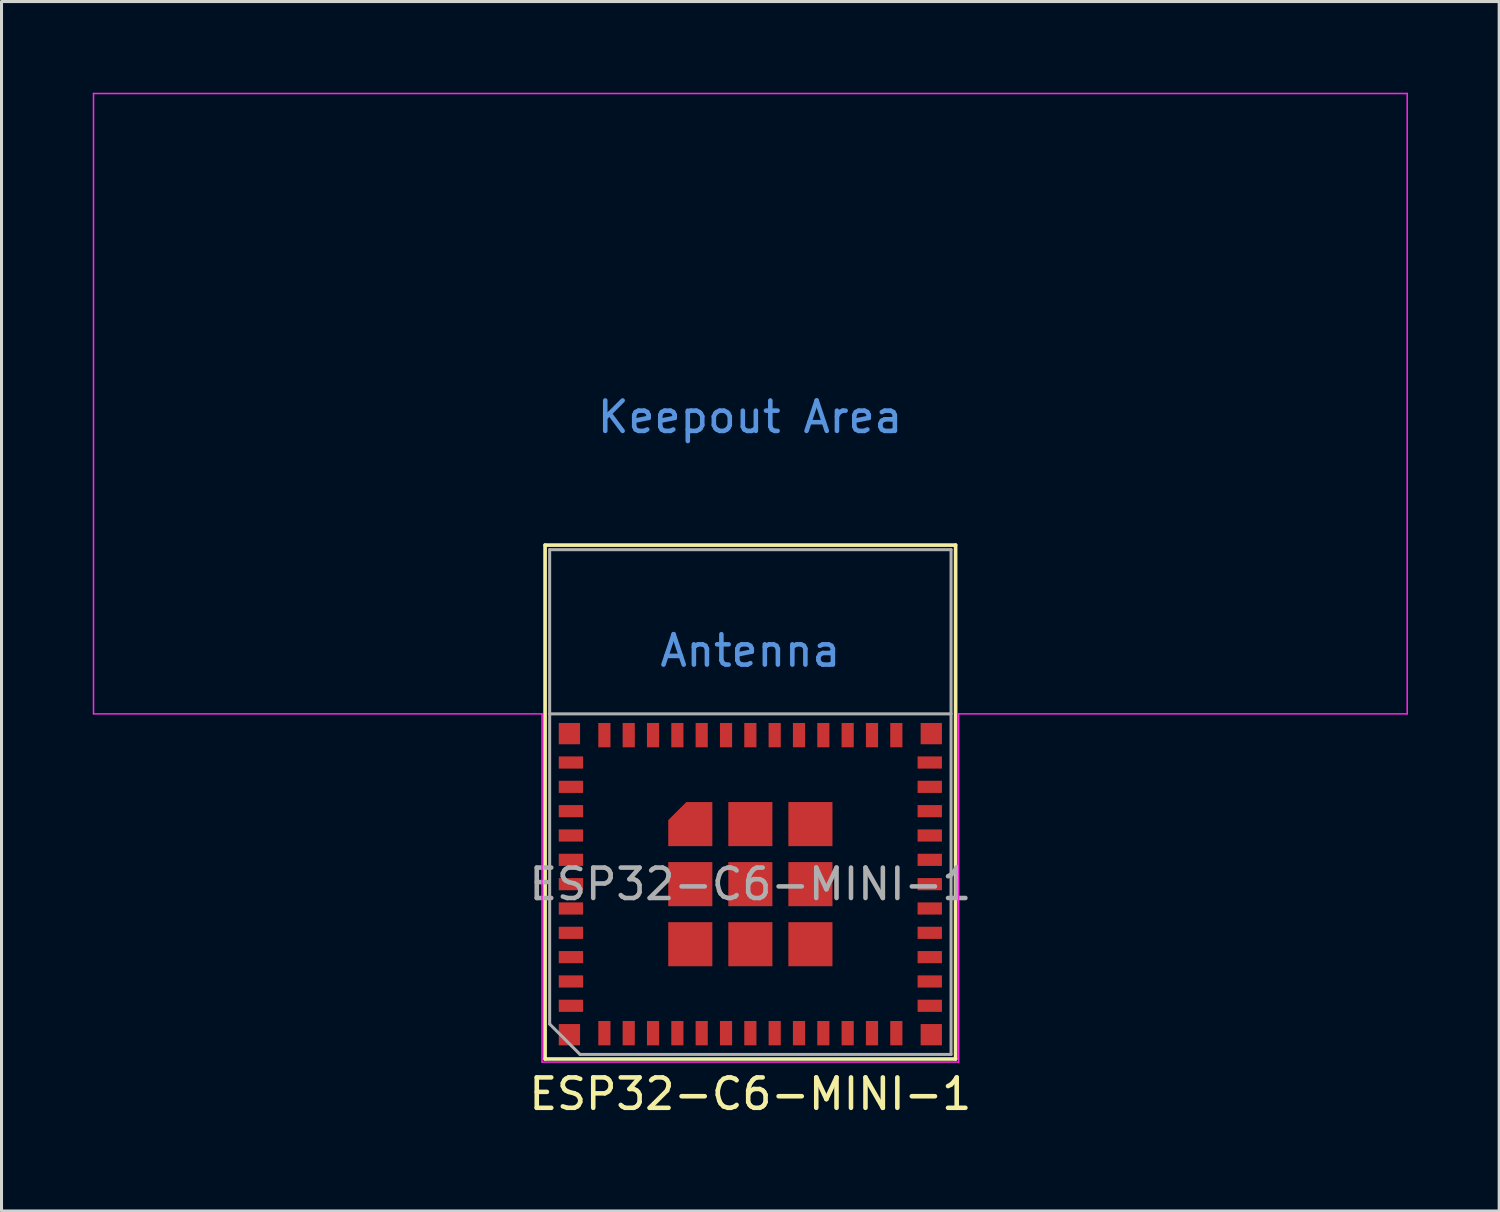
<source format=kicad_pcb>
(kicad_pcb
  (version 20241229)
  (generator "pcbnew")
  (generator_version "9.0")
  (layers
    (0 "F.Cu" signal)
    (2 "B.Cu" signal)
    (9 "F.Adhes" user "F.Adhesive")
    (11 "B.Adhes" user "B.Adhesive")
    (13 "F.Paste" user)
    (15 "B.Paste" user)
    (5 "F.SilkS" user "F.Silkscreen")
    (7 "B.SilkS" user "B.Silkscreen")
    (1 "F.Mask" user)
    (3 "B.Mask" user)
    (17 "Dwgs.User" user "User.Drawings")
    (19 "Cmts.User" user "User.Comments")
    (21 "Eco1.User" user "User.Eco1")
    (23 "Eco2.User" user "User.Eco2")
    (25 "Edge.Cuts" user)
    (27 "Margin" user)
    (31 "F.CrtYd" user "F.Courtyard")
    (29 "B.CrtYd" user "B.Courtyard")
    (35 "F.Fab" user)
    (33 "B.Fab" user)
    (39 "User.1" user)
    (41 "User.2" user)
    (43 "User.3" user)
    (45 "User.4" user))
  (footprint "ESP32-C6-MINI-1"
    (layer "F.Cu")
    (at 21.625 26.025)
    (property "Reference" "ESP32-C6-MINI-1" (at 0 6.9 0) (unlocked yes) (layer "F.SilkS") (effects (font (size 1 1) (thickness 0.15))))
    (attr smd)
    (fp_line (start -6.75 -11.15) (end 6.75 -11.15) (stroke (width 0.12) (type solid)) (layer "F.SilkS"))
    (fp_line (start -6.75 5.75) (end -6.75 -11.15) (stroke (width 0.12) (type solid)) (layer "F.SilkS"))
    (fp_line (start 6.75 -11.15) (end 6.75 5.75) (stroke (width 0.12) (type solid)) (layer "F.SilkS"))
    (fp_line (start 6.75 5.75) (end -6.75 5.75) (stroke (width 0.12) (type solid)) (layer "F.SilkS"))
    (fp_line (start -21.6 -26) (end 21.6 -26) (stroke (width 0.05) (type solid)) (layer "F.CrtYd"))
    (fp_line (start -21.6 -5.6) (end -21.6 -26) (stroke (width 0.05) (type solid)) (layer "F.CrtYd"))
    (fp_line (start -6.85 -5.6) (end -21.6 -5.6) (stroke (width 0.05) (type solid)) (layer "F.CrtYd"))
    (fp_line (start -6.85 5.85) (end -6.85 -5.6) (stroke (width 0.05) (type solid)) (layer "F.CrtYd"))
    (fp_line (start 6.85 -5.6) (end 6.85 5.85) (stroke (width 0.05) (type solid)) (layer "F.CrtYd"))
    (fp_line (start 6.85 -5.6) (end 21.6 -5.6) (stroke (width 0.05) (type solid)) (layer "F.CrtYd"))
    (fp_line (start 6.85 5.85) (end -6.85 5.85) (stroke (width 0.05) (type solid)) (layer "F.CrtYd"))
    (fp_line (start 21.6 -5.6) (end 21.6 -26) (stroke (width 0.05) (type solid)) (layer "F.CrtYd"))
    (fp_line (start -6.6 -11) (end 6.6 -11) (stroke (width 0.1) (type solid)) (layer "F.Fab"))
    (fp_line (start -6.6 -5.6) (end 6.6 -5.6) (stroke (width 0.1) (type solid)) (layer "F.Fab"))
    (fp_line (start -6.6 4.6) (end -6.6 -11) (stroke (width 0.1) (type solid)) (layer "F.Fab"))
    (fp_line (start -5.6 5.6) (end -6.6 4.6) (stroke (width 0.1) (type default)) (layer "F.Fab"))
    (fp_line (start 6.6 -11) (end 6.6 5.6) (stroke (width 0.1) (type solid)) (layer "F.Fab"))
    (fp_line (start 6.6 5.6) (end -5.6 5.6) (stroke (width 0.1) (type solid)) (layer "F.Fab"))
    (fp_text user "Antenna" (at 0 -7.675 0) (layer "Cmts.User") (effects (font (size 1 1) (thickness 0.15))))
    (fp_text user "Keepout Area" (at -0.01 -15.36 0) (layer "Cmts.User") (effects (font (size 1 1) (thickness 0.15))))
    (fp_text user "${REFERENCE}" (at 0 0 0) (unlocked yes) (layer "F.Fab") (effects (font (size 1 1) (thickness 0.15))))
    (pad "1" smd rect (at -5.9 -4) (size 0.8 0.4) (layers "F.Cu" "F.Mask" "F.Paste"))
    (pad "2" smd rect (at -5.9 -3.2) (size 0.8 0.4) (layers "F.Cu" "F.Mask" "F.Paste"))
    (pad "3" smd rect (at -5.9 -2.4) (size 0.8 0.4) (layers "F.Cu" "F.Mask" "F.Paste"))
    (pad "4" smd rect (at -5.9 -1.6) (size 0.8 0.4) (layers "F.Cu" "F.Mask" "F.Paste"))
    (pad "5" smd rect (at -5.9 -0.8) (size 0.8 0.4) (layers "F.Cu" "F.Mask" "F.Paste"))
    (pad "6" smd rect (at -5.9 0) (size 0.8 0.4) (layers "F.Cu" "F.Mask" "F.Paste"))
    (pad "7" smd rect (at -5.9 0.8) (size 0.8 0.4) (layers "F.Cu" "F.Mask" "F.Paste"))
    (pad "8" smd rect (at -5.9 1.6) (size 0.8 0.4) (layers "F.Cu" "F.Mask" "F.Paste"))
    (pad "9" smd rect (at -5.9 2.4) (size 0.8 0.4) (layers "F.Cu" "F.Mask" "F.Paste"))
    (pad "10" smd rect (at -5.9 3.2) (size 0.8 0.4) (layers "F.Cu" "F.Mask" "F.Paste"))
    (pad "11" smd rect (at -5.9 4) (size 0.8 0.4) (layers "F.Cu" "F.Mask" "F.Paste"))
    (pad "12" smd rect (at -4.8 4.9 90) (size 0.8 0.4) (layers "F.Cu" "F.Mask" "F.Paste"))
    (pad "13" smd rect (at -4 4.9 90) (size 0.8 0.4) (layers "F.Cu" "F.Mask" "F.Paste"))
    (pad "14" smd rect (at -3.2 4.9 90) (size 0.8 0.4) (layers "F.Cu" "F.Mask" "F.Paste"))
    (pad "15" smd rect (at -2.4 4.9 90) (size 0.8 0.4) (layers "F.Cu" "F.Mask" "F.Paste"))
    (pad "16" smd rect (at -1.6 4.9 90) (size 0.8 0.4) (layers "F.Cu" "F.Mask" "F.Paste"))
    (pad "17" smd rect (at -0.8 4.9 90) (size 0.8 0.4) (layers "F.Cu" "F.Mask" "F.Paste"))
    (pad "18" smd rect (at 0 4.9 90) (size 0.8 0.4) (layers "F.Cu" "F.Mask" "F.Paste"))
    (pad "19" smd rect (at 0.8 4.9 90) (size 0.8 0.4) (layers "F.Cu" "F.Mask" "F.Paste"))
    (pad "20" smd rect (at 1.6 4.9 90) (size 0.8 0.4) (layers "F.Cu" "F.Mask" "F.Paste"))
    (pad "21" smd rect (at 2.4 4.9 90) (size 0.8 0.4) (layers "F.Cu" "F.Mask" "F.Paste"))
    (pad "22" smd rect (at 3.2 4.9 90) (size 0.8 0.4) (layers "F.Cu" "F.Mask" "F.Paste"))
    (pad "23" smd rect (at 4 4.9 90) (size 0.8 0.4) (layers "F.Cu" "F.Mask" "F.Paste"))
    (pad "24" smd rect (at 4.8 4.9 90) (size 0.8 0.4) (layers "F.Cu" "F.Mask" "F.Paste"))
    (pad "25" smd rect (at 5.9 4) (size 0.8 0.4) (layers "F.Cu" "F.Mask" "F.Paste"))
    (pad "26" smd rect (at 5.9 3.2) (size 0.8 0.4) (layers "F.Cu" "F.Mask" "F.Paste"))
    (pad "27" smd rect (at 5.9 2.4) (size 0.8 0.4) (layers "F.Cu" "F.Mask" "F.Paste"))
    (pad "28" smd rect (at 5.9 1.6) (size 0.8 0.4) (layers "F.Cu" "F.Mask" "F.Paste"))
    (pad "29" smd rect (at 5.9 0.8) (size 0.8 0.4) (layers "F.Cu" "F.Mask" "F.Paste"))
    (pad "30" smd rect (at 5.9 0) (size 0.8 0.4) (layers "F.Cu" "F.Mask" "F.Paste"))
    (pad "31" smd rect (at 5.9 -0.8) (size 0.8 0.4) (layers "F.Cu" "F.Mask" "F.Paste"))
    (pad "32" smd rect (at 5.9 -1.6) (size 0.8 0.4) (layers "F.Cu" "F.Mask" "F.Paste"))
    (pad "33" smd rect (at 5.9 -2.4) (size 0.8 0.4) (layers "F.Cu" "F.Mask" "F.Paste"))
    (pad "34" smd rect (at 5.9 -3.2) (size 0.8 0.4) (layers "F.Cu" "F.Mask" "F.Paste"))
    (pad "35" smd rect (at 5.9 -4) (size 0.8 0.4) (layers "F.Cu" "F.Mask" "F.Paste"))
    (pad "36" smd rect (at 4.8 -4.9 90) (size 0.8 0.4) (layers "F.Cu" "F.Mask" "F.Paste"))
    (pad "37" smd rect (at 4 -4.9 90) (size 0.8 0.4) (layers "F.Cu" "F.Mask" "F.Paste"))
    (pad "38" smd rect (at 3.2 -4.9 90) (size 0.8 0.4) (layers "F.Cu" "F.Mask" "F.Paste"))
    (pad "39" smd rect (at 2.4 -4.9 90) (size 0.8 0.4) (layers "F.Cu" "F.Mask" "F.Paste"))
    (pad "40" smd rect (at 1.6 -4.9 90) (size 0.8 0.4) (layers "F.Cu" "F.Mask" "F.Paste"))
    (pad "41" smd rect (at 0.8 -4.9 90) (size 0.8 0.4) (layers "F.Cu" "F.Mask" "F.Paste"))
    (pad "42" smd rect (at 0 -4.9 90) (size 0.8 0.4) (layers "F.Cu" "F.Mask" "F.Paste"))
    (pad "43" smd rect (at -0.8 -4.9 90) (size 0.8 0.4) (layers "F.Cu" "F.Mask" "F.Paste"))
    (pad "44" smd rect (at -1.6 -4.9 90) (size 0.8 0.4) (layers "F.Cu" "F.Mask" "F.Paste"))
    (pad "45" smd rect (at -2.4 -4.9 90) (size 0.8 0.4) (layers "F.Cu" "F.Mask" "F.Paste"))
    (pad "46" smd rect (at -3.2 -4.9 90) (size 0.8 0.4) (layers "F.Cu" "F.Mask" "F.Paste"))
    (pad "47" smd rect (at -4 -4.9 90) (size 0.8 0.4) (layers "F.Cu" "F.Mask" "F.Paste"))
    (pad "48" smd rect (at -4.8 -4.9 90) (size 0.8 0.4) (layers "F.Cu" "F.Mask" "F.Paste"))
    (pad "49" smd roundrect (at -1.975 -1.975) (size 1.45 1.45) (property pad_prop_heatsink) (layers "F.Cu" "F.Mask" "F.Paste") (roundrect_rratio 0) (chamfer_ratio 0.41) (chamfer top_left))
    (pad "49" smd rect (at -1.975 0) (size 1.45 1.45) (property pad_prop_heatsink) (layers "F.Cu" "F.Mask" "F.Paste"))
    (pad "49" smd rect (at -1.975 1.975) (size 1.45 1.45) (property pad_prop_heatsink) (layers "F.Cu" "F.Mask" "F.Paste"))
    (pad "49" smd rect (at 0 -1.975) (size 1.45 1.45) (property pad_prop_heatsink) (layers "F.Cu" "F.Mask" "F.Paste"))
    (pad "49" smd rect (at 0 0) (size 1.45 1.45) (property pad_prop_heatsink) (layers "F.Cu" "F.Mask" "F.Paste"))
    (pad "49" smd rect (at 0 1.975) (size 1.45 1.45) (property pad_prop_heatsink) (layers "F.Cu" "F.Mask" "F.Paste"))
    (pad "49" smd rect (at 1.975 -1.975) (size 1.45 1.45) (property pad_prop_heatsink) (layers "F.Cu" "F.Mask" "F.Paste"))
    (pad "49" smd rect (at 1.975 0) (size 1.45 1.45) (property pad_prop_heatsink) (layers "F.Cu" "F.Mask" "F.Paste"))
    (pad "49" smd rect (at 1.975 1.975) (size 1.45 1.45) (property pad_prop_heatsink) (layers "F.Cu" "F.Mask" "F.Paste"))
    (pad "50" smd rect (at 5.95 -4.95) (size 0.7 0.7) (layers "F.Cu" "F.Mask" "F.Paste"))
    (pad "51" smd rect (at 5.95 4.95) (size 0.7 0.7) (layers "F.Cu" "F.Mask" "F.Paste"))
    (pad "52" smd rect (at -5.95 4.95) (size 0.7 0.7) (layers "F.Cu" "F.Mask" "F.Paste"))
    (pad "53" smd rect (at -5.95 -4.95) (size 0.7 0.7) (layers "F.Cu" "F.Mask" "F.Paste"))
    (zone (net_name "") (layers "F.Cu" "B.Cu") (name "Antenna") (hatch full 0.508) (connect_pads) (min_thickness 0.254) (filled_areas_thickness no) (keepout (tracks not_allowed) (vias not_allowed) (pads not_allowed) (copperpour not_allowed) (footprints not_allowed)) (placement (enabled no)) (fill) (polygon (pts (xy 43.225 20.425) (xy 0.025 20.425) (xy 0.025 0.025) (xy 43.225 0.025)))))
  (gr_rect
    (start -3 -3)
    (end 46.25 36.773)
    (stroke (width 0.1) (type default))
    (fill no)
    (layer "Edge.Cuts")))
</source>
